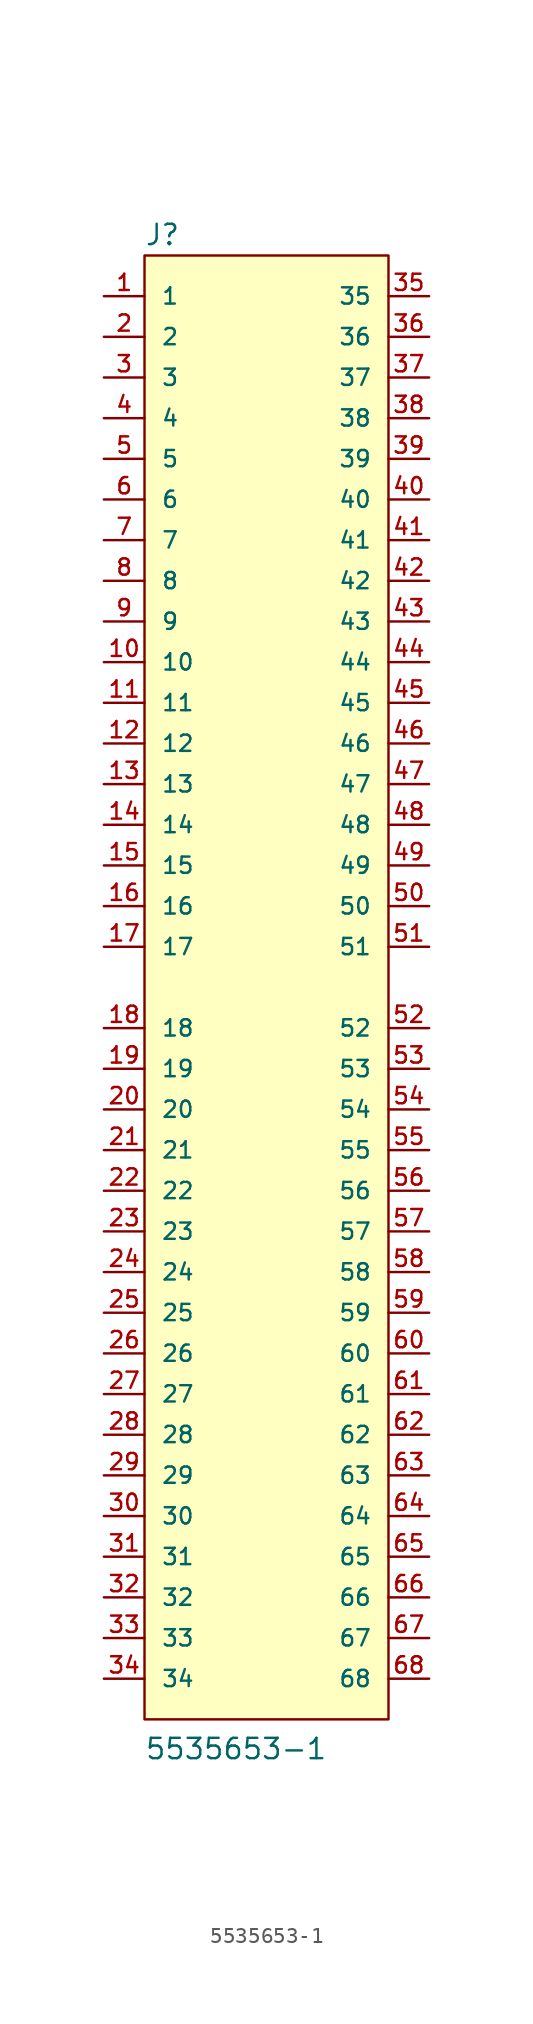
<source format=kicad_sym>
(kicad_symbol_lib
  (version 20211014)
  (generator kicad_symbol_editor)
  (symbol "5535653-1"
    (pin_names
      (offset 1.016))
    (property "Reference" "J"
      (at -7.627 46.27 0)
      (effects (font (size 1.27 1.27)) (justify left bottom)))
    (property "Value" "5535653-1"
      (at -7.627 -48.306 0)
      (effects (font (size 1.27 1.27)) (justify left bottom)))
    (symbol "5535653-1_0_0"
      (rectangle (start -7.62 -45.72) (end 7.62 45.72) (stroke (width 0.152) (type default) (color 0 0 0 0)) (fill (type background)))
      (pin passive line (at -10.16 43.18 0) (length 2.54) (name "1" (effects (font (size 1.016 1.016)))) (number "1" (effects (font (size 1.016 1.016)))))
      (pin passive line (at -10.16 20.32 0) (length 2.54) (name "10" (effects (font (size 1.016 1.016)))) (number "10" (effects (font (size 1.016 1.016)))))
      (pin passive line (at -10.16 17.78 0) (length 2.54) (name "11" (effects (font (size 1.016 1.016)))) (number "11" (effects (font (size 1.016 1.016)))))
      (pin passive line (at -10.16 15.24 0) (length 2.54) (name "12" (effects (font (size 1.016 1.016)))) (number "12" (effects (font (size 1.016 1.016)))))
      (pin passive line (at -10.16 12.7 0) (length 2.54) (name "13" (effects (font (size 1.016 1.016)))) (number "13" (effects (font (size 1.016 1.016)))))
      (pin passive line (at -10.16 10.16 0) (length 2.54) (name "14" (effects (font (size 1.016 1.016)))) (number "14" (effects (font (size 1.016 1.016)))))
      (pin passive line (at -10.16 7.62 0) (length 2.54) (name "15" (effects (font (size 1.016 1.016)))) (number "15" (effects (font (size 1.016 1.016)))))
      (pin passive line (at -10.16 5.08 0) (length 2.54) (name "16" (effects (font (size 1.016 1.016)))) (number "16" (effects (font (size 1.016 1.016)))))
      (pin passive line (at -10.16 2.54 0) (length 2.54) (name "17" (effects (font (size 1.016 1.016)))) (number "17" (effects (font (size 1.016 1.016)))))
      (pin passive line (at -10.16 -2.54 0) (length 2.54) (name "18" (effects (font (size 1.016 1.016)))) (number "18" (effects (font (size 1.016 1.016)))))
      (pin passive line (at -10.16 -5.08 0) (length 2.54) (name "19" (effects (font (size 1.016 1.016)))) (number "19" (effects (font (size 1.016 1.016)))))
      (pin passive line (at -10.16 40.64 0) (length 2.54) (name "2" (effects (font (size 1.016 1.016)))) (number "2" (effects (font (size 1.016 1.016)))))
      (pin passive line (at -10.16 -7.62 0) (length 2.54) (name "20" (effects (font (size 1.016 1.016)))) (number "20" (effects (font (size 1.016 1.016)))))
      (pin passive line (at -10.16 -10.16 0) (length 2.54) (name "21" (effects (font (size 1.016 1.016)))) (number "21" (effects (font (size 1.016 1.016)))))
      (pin passive line (at -10.16 -12.7 0) (length 2.54) (name "22" (effects (font (size 1.016 1.016)))) (number "22" (effects (font (size 1.016 1.016)))))
      (pin passive line (at -10.16 -15.24 0) (length 2.54) (name "23" (effects (font (size 1.016 1.016)))) (number "23" (effects (font (size 1.016 1.016)))))
      (pin passive line (at -10.16 -17.78 0) (length 2.54) (name "24" (effects (font (size 1.016 1.016)))) (number "24" (effects (font (size 1.016 1.016)))))
      (pin passive line (at -10.16 -20.32 0) (length 2.54) (name "25" (effects (font (size 1.016 1.016)))) (number "25" (effects (font (size 1.016 1.016)))))
      (pin passive line (at -10.16 -22.86 0) (length 2.54) (name "26" (effects (font (size 1.016 1.016)))) (number "26" (effects (font (size 1.016 1.016)))))
      (pin passive line (at -10.16 -25.4 0) (length 2.54) (name "27" (effects (font (size 1.016 1.016)))) (number "27" (effects (font (size 1.016 1.016)))))
      (pin passive line (at -10.16 -27.94 0) (length 2.54) (name "28" (effects (font (size 1.016 1.016)))) (number "28" (effects (font (size 1.016 1.016)))))
      (pin passive line (at -10.16 -30.48 0) (length 2.54) (name "29" (effects (font (size 1.016 1.016)))) (number "29" (effects (font (size 1.016 1.016)))))
      (pin passive line (at -10.16 38.1 0) (length 2.54) (name "3" (effects (font (size 1.016 1.016)))) (number "3" (effects (font (size 1.016 1.016)))))
      (pin passive line (at -10.16 -33.02 0) (length 2.54) (name "30" (effects (font (size 1.016 1.016)))) (number "30" (effects (font (size 1.016 1.016)))))
      (pin passive line (at -10.16 -35.56 0) (length 2.54) (name "31" (effects (font (size 1.016 1.016)))) (number "31" (effects (font (size 1.016 1.016)))))
      (pin passive line (at -10.16 -38.1 0) (length 2.54) (name "32" (effects (font (size 1.016 1.016)))) (number "32" (effects (font (size 1.016 1.016)))))
      (pin passive line (at -10.16 -40.64 0) (length 2.54) (name "33" (effects (font (size 1.016 1.016)))) (number "33" (effects (font (size 1.016 1.016)))))
      (pin passive line (at -10.16 -43.18 0) (length 2.54) (name "34" (effects (font (size 1.016 1.016)))) (number "34" (effects (font (size 1.016 1.016)))))
      (pin passive line (at 10.16 43.18 180) (length 2.54) (name "35" (effects (font (size 1.016 1.016)))) (number "35" (effects (font (size 1.016 1.016)))))
      (pin passive line (at 10.16 40.64 180) (length 2.54) (name "36" (effects (font (size 1.016 1.016)))) (number "36" (effects (font (size 1.016 1.016)))))
      (pin passive line (at 10.16 38.1 180) (length 2.54) (name "37" (effects (font (size 1.016 1.016)))) (number "37" (effects (font (size 1.016 1.016)))))
      (pin passive line (at 10.16 35.56 180) (length 2.54) (name "38" (effects (font (size 1.016 1.016)))) (number "38" (effects (font (size 1.016 1.016)))))
      (pin passive line (at 10.16 33.02 180) (length 2.54) (name "39" (effects (font (size 1.016 1.016)))) (number "39" (effects (font (size 1.016 1.016)))))
      (pin passive line (at -10.16 35.56 0) (length 2.54) (name "4" (effects (font (size 1.016 1.016)))) (number "4" (effects (font (size 1.016 1.016)))))
      (pin passive line (at 10.16 30.48 180) (length 2.54) (name "40" (effects (font (size 1.016 1.016)))) (number "40" (effects (font (size 1.016 1.016)))))
      (pin passive line (at 10.16 27.94 180) (length 2.54) (name "41" (effects (font (size 1.016 1.016)))) (number "41" (effects (font (size 1.016 1.016)))))
      (pin passive line (at 10.16 25.4 180) (length 2.54) (name "42" (effects (font (size 1.016 1.016)))) (number "42" (effects (font (size 1.016 1.016)))))
      (pin passive line (at 10.16 22.86 180) (length 2.54) (name "43" (effects (font (size 1.016 1.016)))) (number "43" (effects (font (size 1.016 1.016)))))
      (pin passive line (at 10.16 20.32 180) (length 2.54) (name "44" (effects (font (size 1.016 1.016)))) (number "44" (effects (font (size 1.016 1.016)))))
      (pin passive line (at 10.16 17.78 180) (length 2.54) (name "45" (effects (font (size 1.016 1.016)))) (number "45" (effects (font (size 1.016 1.016)))))
      (pin passive line (at 10.16 15.24 180) (length 2.54) (name "46" (effects (font (size 1.016 1.016)))) (number "46" (effects (font (size 1.016 1.016)))))
      (pin passive line (at 10.16 12.7 180) (length 2.54) (name "47" (effects (font (size 1.016 1.016)))) (number "47" (effects (font (size 1.016 1.016)))))
      (pin passive line (at 10.16 10.16 180) (length 2.54) (name "48" (effects (font (size 1.016 1.016)))) (number "48" (effects (font (size 1.016 1.016)))))
      (pin passive line (at 10.16 7.62 180) (length 2.54) (name "49" (effects (font (size 1.016 1.016)))) (number "49" (effects (font (size 1.016 1.016)))))
      (pin passive line (at -10.16 33.02 0) (length 2.54) (name "5" (effects (font (size 1.016 1.016)))) (number "5" (effects (font (size 1.016 1.016)))))
      (pin passive line (at 10.16 5.08 180) (length 2.54) (name "50" (effects (font (size 1.016 1.016)))) (number "50" (effects (font (size 1.016 1.016)))))
      (pin passive line (at 10.16 2.54 180) (length 2.54) (name "51" (effects (font (size 1.016 1.016)))) (number "51" (effects (font (size 1.016 1.016)))))
      (pin passive line (at 10.16 -2.54 180) (length 2.54) (name "52" (effects (font (size 1.016 1.016)))) (number "52" (effects (font (size 1.016 1.016)))))
      (pin passive line (at 10.16 -5.08 180) (length 2.54) (name "53" (effects (font (size 1.016 1.016)))) (number "53" (effects (font (size 1.016 1.016)))))
      (pin passive line (at 10.16 -7.62 180) (length 2.54) (name "54" (effects (font (size 1.016 1.016)))) (number "54" (effects (font (size 1.016 1.016)))))
      (pin passive line (at 10.16 -10.16 180) (length 2.54) (name "55" (effects (font (size 1.016 1.016)))) (number "55" (effects (font (size 1.016 1.016)))))
      (pin passive line (at 10.16 -12.7 180) (length 2.54) (name "56" (effects (font (size 1.016 1.016)))) (number "56" (effects (font (size 1.016 1.016)))))
      (pin passive line (at 10.16 -15.24 180) (length 2.54) (name "57" (effects (font (size 1.016 1.016)))) (number "57" (effects (font (size 1.016 1.016)))))
      (pin passive line (at 10.16 -17.78 180) (length 2.54) (name "58" (effects (font (size 1.016 1.016)))) (number "58" (effects (font (size 1.016 1.016)))))
      (pin passive line (at 10.16 -20.32 180) (length 2.54) (name "59" (effects (font (size 1.016 1.016)))) (number "59" (effects (font (size 1.016 1.016)))))
      (pin passive line (at -10.16 30.48 0) (length 2.54) (name "6" (effects (font (size 1.016 1.016)))) (number "6" (effects (font (size 1.016 1.016)))))
      (pin passive line (at 10.16 -22.86 180) (length 2.54) (name "60" (effects (font (size 1.016 1.016)))) (number "60" (effects (font (size 1.016 1.016)))))
      (pin passive line (at 10.16 -25.4 180) (length 2.54) (name "61" (effects (font (size 1.016 1.016)))) (number "61" (effects (font (size 1.016 1.016)))))
      (pin passive line (at 10.16 -27.94 180) (length 2.54) (name "62" (effects (font (size 1.016 1.016)))) (number "62" (effects (font (size 1.016 1.016)))))
      (pin passive line (at 10.16 -30.48 180) (length 2.54) (name "63" (effects (font (size 1.016 1.016)))) (number "63" (effects (font (size 1.016 1.016)))))
      (pin passive line (at 10.16 -33.02 180) (length 2.54) (name "64" (effects (font (size 1.016 1.016)))) (number "64" (effects (font (size 1.016 1.016)))))
      (pin passive line (at 10.16 -35.56 180) (length 2.54) (name "65" (effects (font (size 1.016 1.016)))) (number "65" (effects (font (size 1.016 1.016)))))
      (pin passive line (at 10.16 -38.1 180) (length 2.54) (name "66" (effects (font (size 1.016 1.016)))) (number "66" (effects (font (size 1.016 1.016)))))
      (pin passive line (at 10.16 -40.64 180) (length 2.54) (name "67" (effects (font (size 1.016 1.016)))) (number "67" (effects (font (size 1.016 1.016)))))
      (pin passive line (at 10.16 -43.18 180) (length 2.54) (name "68" (effects (font (size 1.016 1.016)))) (number "68" (effects (font (size 1.016 1.016)))))
      (pin passive line (at -10.16 27.94 0) (length 2.54) (name "7" (effects (font (size 1.016 1.016)))) (number "7" (effects (font (size 1.016 1.016)))))
      (pin passive line (at -10.16 25.4 0) (length 2.54) (name "8" (effects (font (size 1.016 1.016)))) (number "8" (effects (font (size 1.016 1.016)))))
      (pin passive line (at -10.16 22.86 0) (length 2.54) (name "9" (effects (font (size 1.016 1.016)))) (number "9" (effects (font (size 1.016 1.016))))))))
</source>
